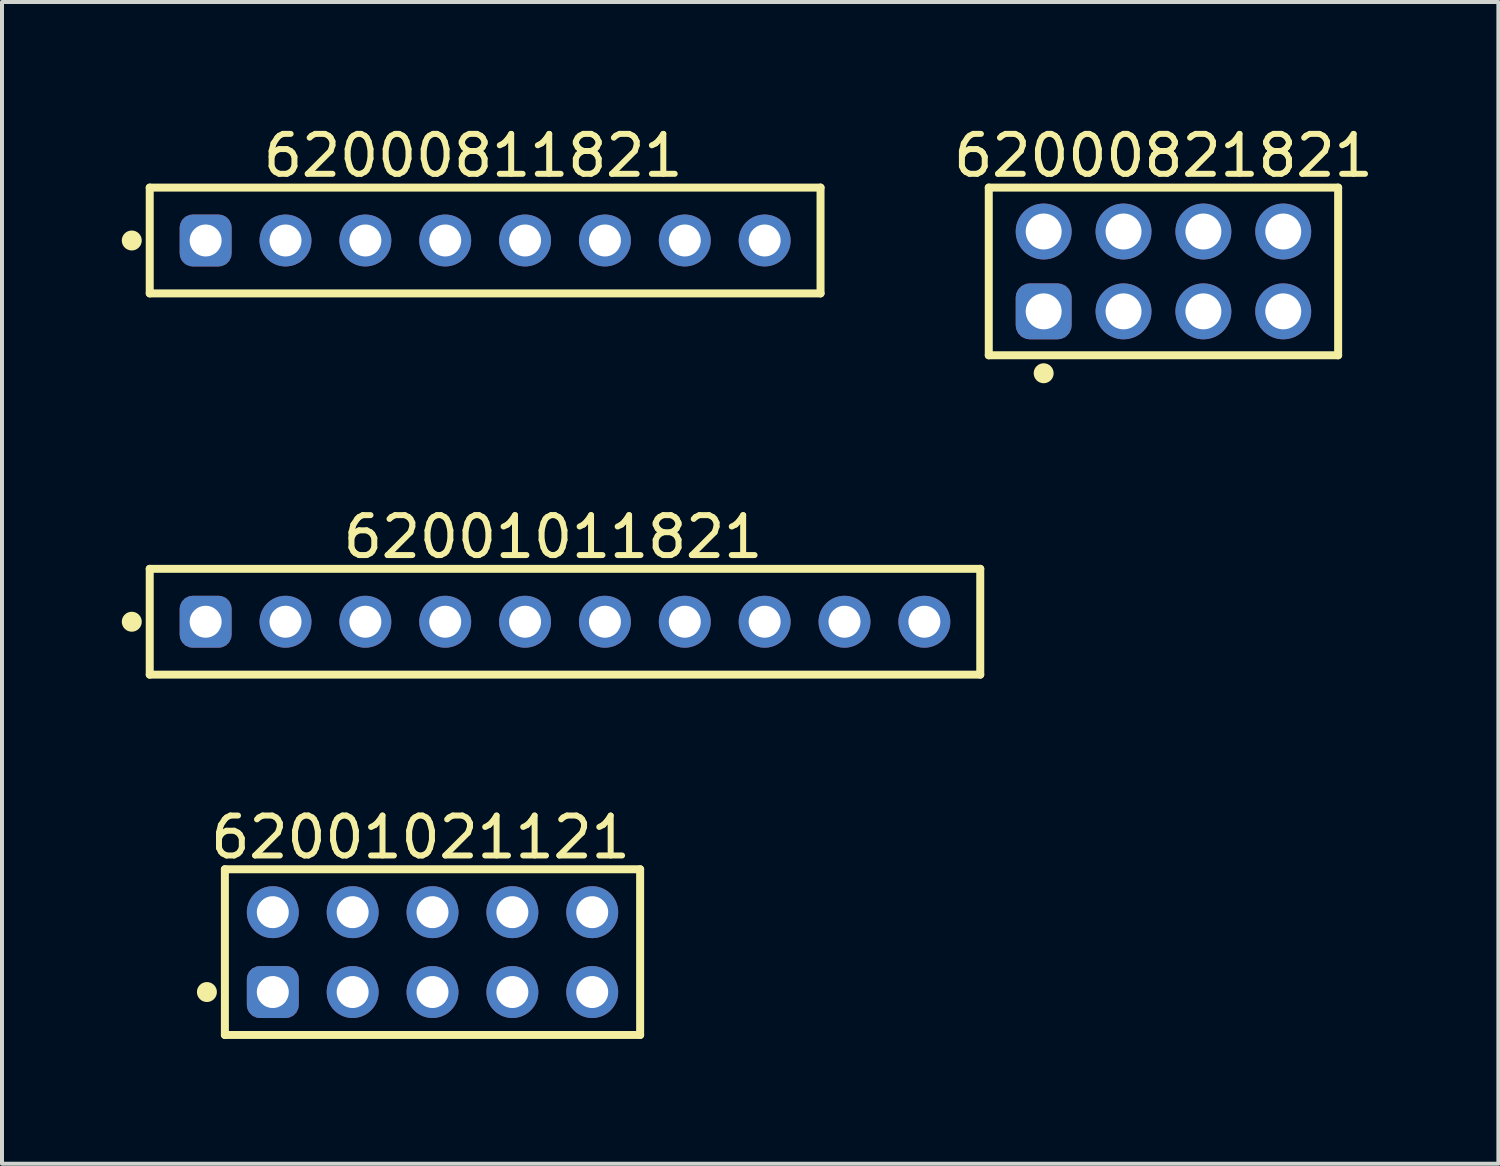
<source format=kicad_pcb>
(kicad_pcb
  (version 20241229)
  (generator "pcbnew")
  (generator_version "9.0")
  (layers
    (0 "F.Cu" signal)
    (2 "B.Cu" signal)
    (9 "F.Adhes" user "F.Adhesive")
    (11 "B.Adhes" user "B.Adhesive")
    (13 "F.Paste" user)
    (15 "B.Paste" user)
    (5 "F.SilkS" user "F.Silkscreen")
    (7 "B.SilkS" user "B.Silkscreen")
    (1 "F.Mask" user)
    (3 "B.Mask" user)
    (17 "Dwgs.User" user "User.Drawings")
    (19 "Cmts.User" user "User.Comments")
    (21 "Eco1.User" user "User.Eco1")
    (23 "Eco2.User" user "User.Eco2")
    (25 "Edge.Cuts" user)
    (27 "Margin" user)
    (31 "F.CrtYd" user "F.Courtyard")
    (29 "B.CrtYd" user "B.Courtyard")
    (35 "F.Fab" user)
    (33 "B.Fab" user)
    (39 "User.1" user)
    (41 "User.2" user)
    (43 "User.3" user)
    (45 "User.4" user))
  (footprint "62001021121"
    (layer "F.Cu")
    (at 7.782 20.795)
    (property "Reference" "62001021121" (at -0.3 -2.875 0) (layer "F.SilkS") (effects (font (size 1 1) (thickness 0.15))))
    (fp_line (start -5.2 -2.075) (end 5.2 -2.075) (stroke (width 0.2) (type solid)) (layer "F.SilkS"))
    (fp_line (start -5.2 2.075) (end -5.2 -2.075) (stroke (width 0.2) (type solid)) (layer "F.SilkS"))
    (fp_line (start -5.2 2.075) (end 5.2 2.075) (stroke (width 0.2) (type solid)) (layer "F.SilkS"))
    (fp_line (start 5.2 2.075) (end 5.2 -2.075) (stroke (width 0.2) (type solid)) (layer "F.SilkS"))
    (fp_circle (center -5.65 1) (end -5.65 0.875) (stroke (width 0.25) (type solid)) (fill no) (layer "F.SilkS"))
    (fp_line (start -5.4 -2.275) (end 5.4 -2.275) (stroke (width 0.05) (type solid)) (layer "Eco2.User"))
    (fp_line (start -5.4 2.275) (end -5.4 -2.275) (stroke (width 0.05) (type solid)) (layer "Eco2.User"))
    (fp_line (start -5.4 2.275) (end 5.4 2.275) (stroke (width 0.05) (type solid)) (layer "Eco2.User"))
    (fp_line (start -5 -2) (end 5 -2) (stroke (width 0.1) (type solid)) (layer "Eco2.User"))
    (fp_line (start -5 2) (end -5 -2) (stroke (width 0.1) (type solid)) (layer "Eco2.User"))
    (fp_line (start -5 2) (end 5 2) (stroke (width 0.1) (type solid)) (layer "Eco2.User"))
    (fp_line (start -0.5 0) (end 0.5 0) (stroke (width 0.05) (type solid)) (layer "Eco2.User"))
    (fp_line (start 0 0.5) (end 0 -0.5) (stroke (width 0.05) (type solid)) (layer "Eco2.User"))
    (fp_line (start 5 2) (end 5 -2) (stroke (width 0.1) (type solid)) (layer "Eco2.User"))
    (fp_line (start 5.4 2.275) (end 5.4 -2.275) (stroke (width 0.05) (type solid)) (layer "Eco2.User"))
    (fp_text user "${REFERENCE}" (at 0.15 -0.197 0) (unlocked yes) (layer "User.3") (effects (font (size 1.5 1.5) (thickness 0.15))))
    (pad "1" thru_hole roundrect (at -4 1) (size 1.3 1.3) (drill 0.8) (layers "*.Cu" "*.Mask") (roundrect_rratio 0.25))
    (pad "2" thru_hole circle (at -4 -1) (size 1.3 1.3) (drill 0.8) (layers "*.Cu" "*.Mask"))
    (pad "3" thru_hole circle (at -2 1) (size 1.3 1.3) (drill 0.8) (layers "*.Cu" "*.Mask"))
    (pad "4" thru_hole circle (at -2 -1) (size 1.3 1.3) (drill 0.8) (layers "*.Cu" "*.Mask"))
    (pad "5" thru_hole circle (at 0 1) (size 1.3 1.3) (drill 0.8) (layers "*.Cu" "*.Mask"))
    (pad "6" thru_hole circle (at 0 -1) (size 1.3 1.3) (drill 0.8) (layers "*.Cu" "*.Mask"))
    (pad "7" thru_hole circle (at 2 1) (size 1.3 1.3) (drill 0.8) (layers "*.Cu" "*.Mask"))
    (pad "8" thru_hole circle (at 2 -1) (size 1.3 1.3) (drill 0.8) (layers "*.Cu" "*.Mask"))
    (pad "9" thru_hole circle (at 4 1) (size 1.3 1.3) (drill 0.8) (layers "*.Cu" "*.Mask"))
    (pad "10" thru_hole circle (at 4 -1) (size 1.3 1.3) (drill 0.8) (layers "*.Cu" "*.Mask")))
  (footprint "62000821821"
    (layer "F.Cu")
    (at 26.088 3.748)
    (property "Reference" "62000821821" (at 0 -2.9 0) (layer "F.SilkS") (effects (font (size 1 1) (thickness 0.15))))
    (fp_line (start -4.375 -2.1) (end 4.375 -2.1) (stroke (width 0.2) (type solid)) (layer "F.SilkS"))
    (fp_line (start -4.375 2.1) (end -4.375 -2.1) (stroke (width 0.2) (type solid)) (layer "F.SilkS"))
    (fp_line (start -4.375 2.1) (end 4.375 2.1) (stroke (width 0.2) (type solid)) (layer "F.SilkS"))
    (fp_line (start 4.375 2.1) (end 4.375 -2.1) (stroke (width 0.2) (type solid)) (layer "F.SilkS"))
    (fp_circle (center -3 2.55) (end -3 2.425) (stroke (width 0.25) (type solid)) (fill no) (layer "F.SilkS"))
    (fp_line (start -4.575 -2.3) (end 4.575 -2.3) (stroke (width 0.05) (type solid)) (layer "Eco2.User"))
    (fp_line (start -4.575 2.3) (end -4.575 -2.3) (stroke (width 0.05) (type solid)) (layer "Eco2.User"))
    (fp_line (start -4.575 2.3) (end 4.575 2.3) (stroke (width 0.05) (type solid)) (layer "Eco2.User"))
    (fp_line (start -4.2 -2) (end 4.2 -2) (stroke (width 0.1) (type solid)) (layer "Eco2.User"))
    (fp_line (start -4.2 2) (end -4.2 -2) (stroke (width 0.1) (type solid)) (layer "Eco2.User"))
    (fp_line (start -4.2 2) (end 4.2 2) (stroke (width 0.1) (type solid)) (layer "Eco2.User"))
    (fp_line (start -0.5 0) (end 0.5 0) (stroke (width 0.05) (type solid)) (layer "Eco2.User"))
    (fp_line (start 0 0.5) (end 0 -0.5) (stroke (width 0.05) (type solid)) (layer "Eco2.User"))
    (fp_line (start 4.2 2) (end 4.2 -2) (stroke (width 0.1) (type solid)) (layer "Eco2.User"))
    (fp_line (start 4.575 2.3) (end 4.575 -2.3) (stroke (width 0.05) (type solid)) (layer "Eco2.User"))
    (fp_text user "${REFERENCE}" (at 0.1 -0.131 0) (unlocked yes) (layer "User.3") (effects (font (size 1 1) (thickness 0.1))))
    (pad "1" thru_hole roundrect (at -3 1) (size 1.4 1.4) (drill 0.9) (layers "*.Cu" "*.Mask") (roundrect_rratio 0.25))
    (pad "2" thru_hole circle (at -3 -1) (size 1.4 1.4) (drill 0.9) (layers "*.Cu" "*.Mask"))
    (pad "3" thru_hole circle (at -1 1) (size 1.4 1.4) (drill 0.9) (layers "*.Cu" "*.Mask"))
    (pad "4" thru_hole circle (at -1 -1) (size 1.4 1.4) (drill 0.9) (layers "*.Cu" "*.Mask"))
    (pad "5" thru_hole circle (at 1 1) (size 1.4 1.4) (drill 0.9) (layers "*.Cu" "*.Mask"))
    (pad "6" thru_hole circle (at 1 -1) (size 1.4 1.4) (drill 0.9) (layers "*.Cu" "*.Mask"))
    (pad "7" thru_hole circle (at 3 1) (size 1.4 1.4) (drill 0.9) (layers "*.Cu" "*.Mask"))
    (pad "8" thru_hole circle (at 3 -1) (size 1.4 1.4) (drill 0.9) (layers "*.Cu" "*.Mask")))
  (footprint "62000811821"
    (layer "F.Cu")
    (at 9.1 2.973)
    (property "Reference" "62000811821" (at -0.3 -2.125 0) (layer "F.SilkS") (effects (font (size 1 1) (thickness 0.15))))
    (fp_line (start -8.4 -1.325) (end 8.4 -1.325) (stroke (width 0.2) (type solid)) (layer "F.SilkS"))
    (fp_line (start -8.4 1.325) (end -8.4 -1.325) (stroke (width 0.2) (type solid)) (layer "F.SilkS"))
    (fp_line (start -8.4 1.325) (end 8.4 1.325) (stroke (width 0.2) (type solid)) (layer "F.SilkS"))
    (fp_line (start 8.4 1.325) (end 8.4 -1.325) (stroke (width 0.2) (type solid)) (layer "F.SilkS"))
    (fp_circle (center -8.85 0) (end -8.85 -0.125) (stroke (width 0.25) (type solid)) (fill no) (layer "F.SilkS"))
    (fp_line (start -8.6 -1.525) (end 8.6 -1.525) (stroke (width 0.05) (type solid)) (layer "Eco2.User"))
    (fp_line (start -8.6 1.525) (end -8.6 -1.525) (stroke (width 0.05) (type solid)) (layer "Eco2.User"))
    (fp_line (start -8.6 1.525) (end 8.6 1.525) (stroke (width 0.05) (type solid)) (layer "Eco2.User"))
    (fp_line (start -8.25 -1.25) (end 8.25 -1.25) (stroke (width 0.1) (type solid)) (layer "Eco2.User"))
    (fp_line (start -8.25 1.25) (end -8.25 -1.25) (stroke (width 0.1) (type solid)) (layer "Eco2.User"))
    (fp_line (start -8.25 1.25) (end 8.25 1.25) (stroke (width 0.1) (type solid)) (layer "Eco2.User"))
    (fp_line (start -0.5 0) (end 0.5 0) (stroke (width 0.05) (type solid)) (layer "Eco2.User"))
    (fp_line (start 0 0.5) (end 0 -0.5) (stroke (width 0.05) (type solid)) (layer "Eco2.User"))
    (fp_line (start 8.25 1.25) (end 8.25 -1.25) (stroke (width 0.1) (type solid)) (layer "Eco2.User"))
    (fp_line (start 8.6 1.525) (end 8.6 -1.525) (stroke (width 0.05) (type solid)) (layer "Eco2.User"))
    (fp_text user "${REFERENCE}" (at 0.15 -0.197 0) (unlocked yes) (layer "User.3") (effects (font (size 1.5 1.5) (thickness 0.15))))
    (pad "1" thru_hole roundrect (at -7 0) (size 1.3 1.3) (drill 0.8) (layers "*.Cu" "*.Mask") (roundrect_rratio 0.25))
    (pad "2" thru_hole circle (at -5 0) (size 1.3 1.3) (drill 0.8) (layers "*.Cu" "*.Mask"))
    (pad "3" thru_hole circle (at -3 0) (size 1.3 1.3) (drill 0.8) (layers "*.Cu" "*.Mask"))
    (pad "4" thru_hole circle (at -1 0) (size 1.3 1.3) (drill 0.8) (layers "*.Cu" "*.Mask"))
    (pad "5" thru_hole circle (at 1 0) (size 1.3 1.3) (drill 0.8) (layers "*.Cu" "*.Mask"))
    (pad "6" thru_hole circle (at 3 0) (size 1.3 1.3) (drill 0.8) (layers "*.Cu" "*.Mask"))
    (pad "7" thru_hole circle (at 5 0) (size 1.3 1.3) (drill 0.8) (layers "*.Cu" "*.Mask"))
    (pad "8" thru_hole circle (at 7 0) (size 1.3 1.3) (drill 0.8) (layers "*.Cu" "*.Mask")))
  (footprint "62001011821"
    (layer "F.Cu")
    (at 11.1 12.521)
    (property "Reference" "62001011821" (at -0.3 -2.125 0) (layer "F.SilkS") (effects (font (size 1 1) (thickness 0.15))))
    (fp_line (start -10.4 -1.325) (end 10.4 -1.325) (stroke (width 0.2) (type solid)) (layer "F.SilkS"))
    (fp_line (start -10.4 1.325) (end -10.4 -1.325) (stroke (width 0.2) (type solid)) (layer "F.SilkS"))
    (fp_line (start -10.4 1.325) (end 10.4 1.325) (stroke (width 0.2) (type solid)) (layer "F.SilkS"))
    (fp_line (start 10.4 1.325) (end 10.4 -1.325) (stroke (width 0.2) (type solid)) (layer "F.SilkS"))
    (fp_circle (center -10.85 0) (end -10.85 -0.125) (stroke (width 0.25) (type solid)) (fill no) (layer "F.SilkS"))
    (fp_line (start -10.6 -1.525) (end 10.6 -1.525) (stroke (width 0.05) (type solid)) (layer "Eco2.User"))
    (fp_line (start -10.6 1.525) (end -10.6 -1.525) (stroke (width 0.05) (type solid)) (layer "Eco2.User"))
    (fp_line (start -10.6 1.525) (end 10.6 1.525) (stroke (width 0.05) (type solid)) (layer "Eco2.User"))
    (fp_line (start -10.25 -1.25) (end 10.25 -1.25) (stroke (width 0.1) (type solid)) (layer "Eco2.User"))
    (fp_line (start -10.25 1.25) (end -10.25 -1.25) (stroke (width 0.1) (type solid)) (layer "Eco2.User"))
    (fp_line (start -10.25 1.25) (end 10.25 1.25) (stroke (width 0.1) (type solid)) (layer "Eco2.User"))
    (fp_line (start -0.5 0) (end 0.5 0) (stroke (width 0.05) (type solid)) (layer "Eco2.User"))
    (fp_line (start 0 0.5) (end 0 -0.5) (stroke (width 0.05) (type solid)) (layer "Eco2.User"))
    (fp_line (start 10.25 1.25) (end 10.25 -1.25) (stroke (width 0.1) (type solid)) (layer "Eco2.User"))
    (fp_line (start 10.6 1.525) (end 10.6 -1.525) (stroke (width 0.05) (type solid)) (layer "Eco2.User"))
    (fp_text user "${REFERENCE}" (at 0.15 -0.197 0) (unlocked yes) (layer "User.3") (effects (font (size 1.5 1.5) (thickness 0.15))))
    (pad "1" thru_hole roundrect (at -9 0) (size 1.3 1.3) (drill 0.8) (layers "*.Cu" "*.Mask") (roundrect_rratio 0.25))
    (pad "2" thru_hole circle (at -7 0) (size 1.3 1.3) (drill 0.8) (layers "*.Cu" "*.Mask"))
    (pad "3" thru_hole circle (at -5 0) (size 1.3 1.3) (drill 0.8) (layers "*.Cu" "*.Mask"))
    (pad "4" thru_hole circle (at -3 0) (size 1.3 1.3) (drill 0.8) (layers "*.Cu" "*.Mask"))
    (pad "5" thru_hole circle (at -1 0) (size 1.3 1.3) (drill 0.8) (layers "*.Cu" "*.Mask"))
    (pad "6" thru_hole circle (at 1 0) (size 1.3 1.3) (drill 0.8) (layers "*.Cu" "*.Mask"))
    (pad "7" thru_hole circle (at 3 0) (size 1.3 1.3) (drill 0.8) (layers "*.Cu" "*.Mask"))
    (pad "8" thru_hole circle (at 5 0) (size 1.3 1.3) (drill 0.8) (layers "*.Cu" "*.Mask"))
    (pad "9" thru_hole circle (at 7 0) (size 1.3 1.3) (drill 0.8) (layers "*.Cu" "*.Mask"))
    (pad "10" thru_hole circle (at 9 0) (size 1.3 1.3) (drill 0.8) (layers "*.Cu" "*.Mask")))
  (gr_rect
    (start -3 -3)
    (end 34.476 26.095)
    (stroke (width 0.1) (type default))
    (fill no)
    (layer "Edge.Cuts")))
</source>
